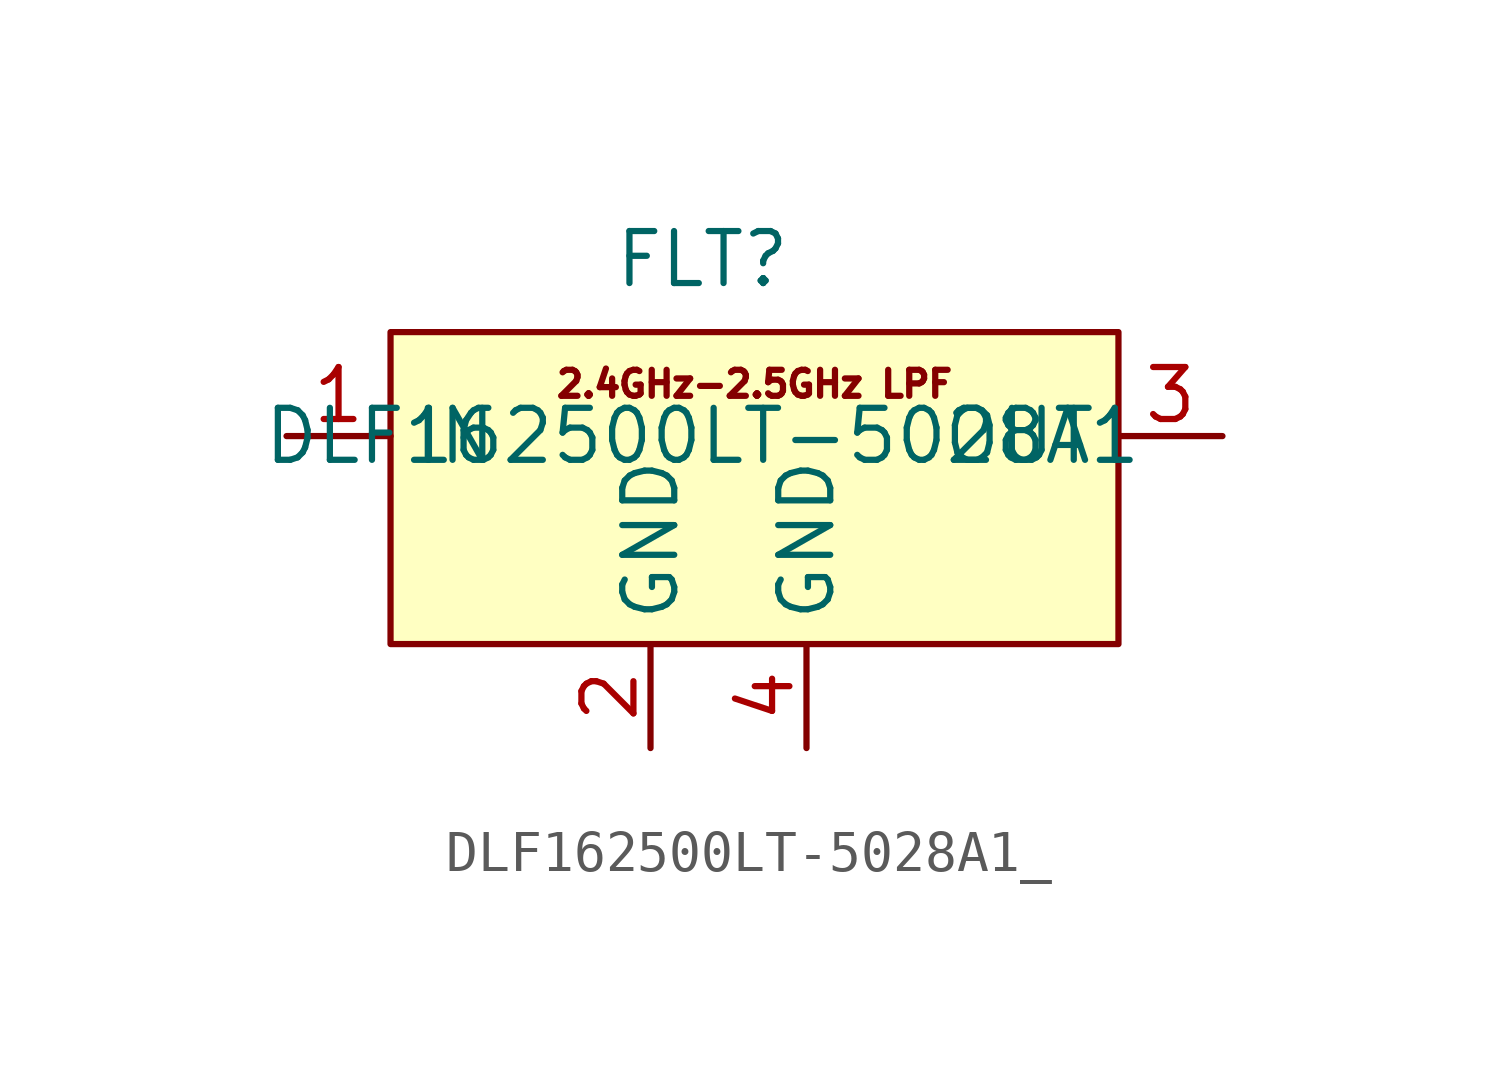
<source format=kicad_sym>
(kicad_symbol_lib
  (version 20241209)
  (generator "kicad_symbol_editor")
  (generator_version "9.0")
  (symbol "DLF162500LT-5028A1_"
    (property "Reference" "FLT"
      (at 0 4.318 0)
      (effects (font (size 1.27 1.27))))
    (property "Value" "DLF162500LT-5028A1"
      (at 0 0 0)
      (effects (font (size 1.27 1.27))))
    (symbol "DLF162500LT-5028A1__0_0"
      (pin passive line (at -10.16 0 0) (length 2.54) (name "IN" (effects (font (size 1.27 1.27)))) (number "1" (effects (font (size 1.27 1.27)))))
      (pin passive line (at -1.27 -7.62 90) (length 2.54) (name "GND" (effects (font (size 1.27 1.27)))) (number "2" (effects (font (size 1.27 1.27)))))
      (pin passive line (at 2.54 -7.62 90) (length 2.54) (name "GND" (effects (font (size 1.27 1.27)))) (number "4" (effects (font (size 1.27 1.27)))))
      (pin passive line (at 12.7 0 180) (length 2.54) (name "OUT" (effects (font (size 1.27 1.27)))) (number "3" (effects (font (size 1.27 1.27))))))
    (symbol "DLF162500LT-5028A1__1_1"
      (rectangle (start -7.62 2.54) (end 10.16 -5.08) (stroke (width 0) (type solid)) (fill (type background)))
      (text "2.4GHz-2.5GHz LPF" (at 1.27 1.27 0) (effects (font (size 0.635 0.635)))))))
</source>
